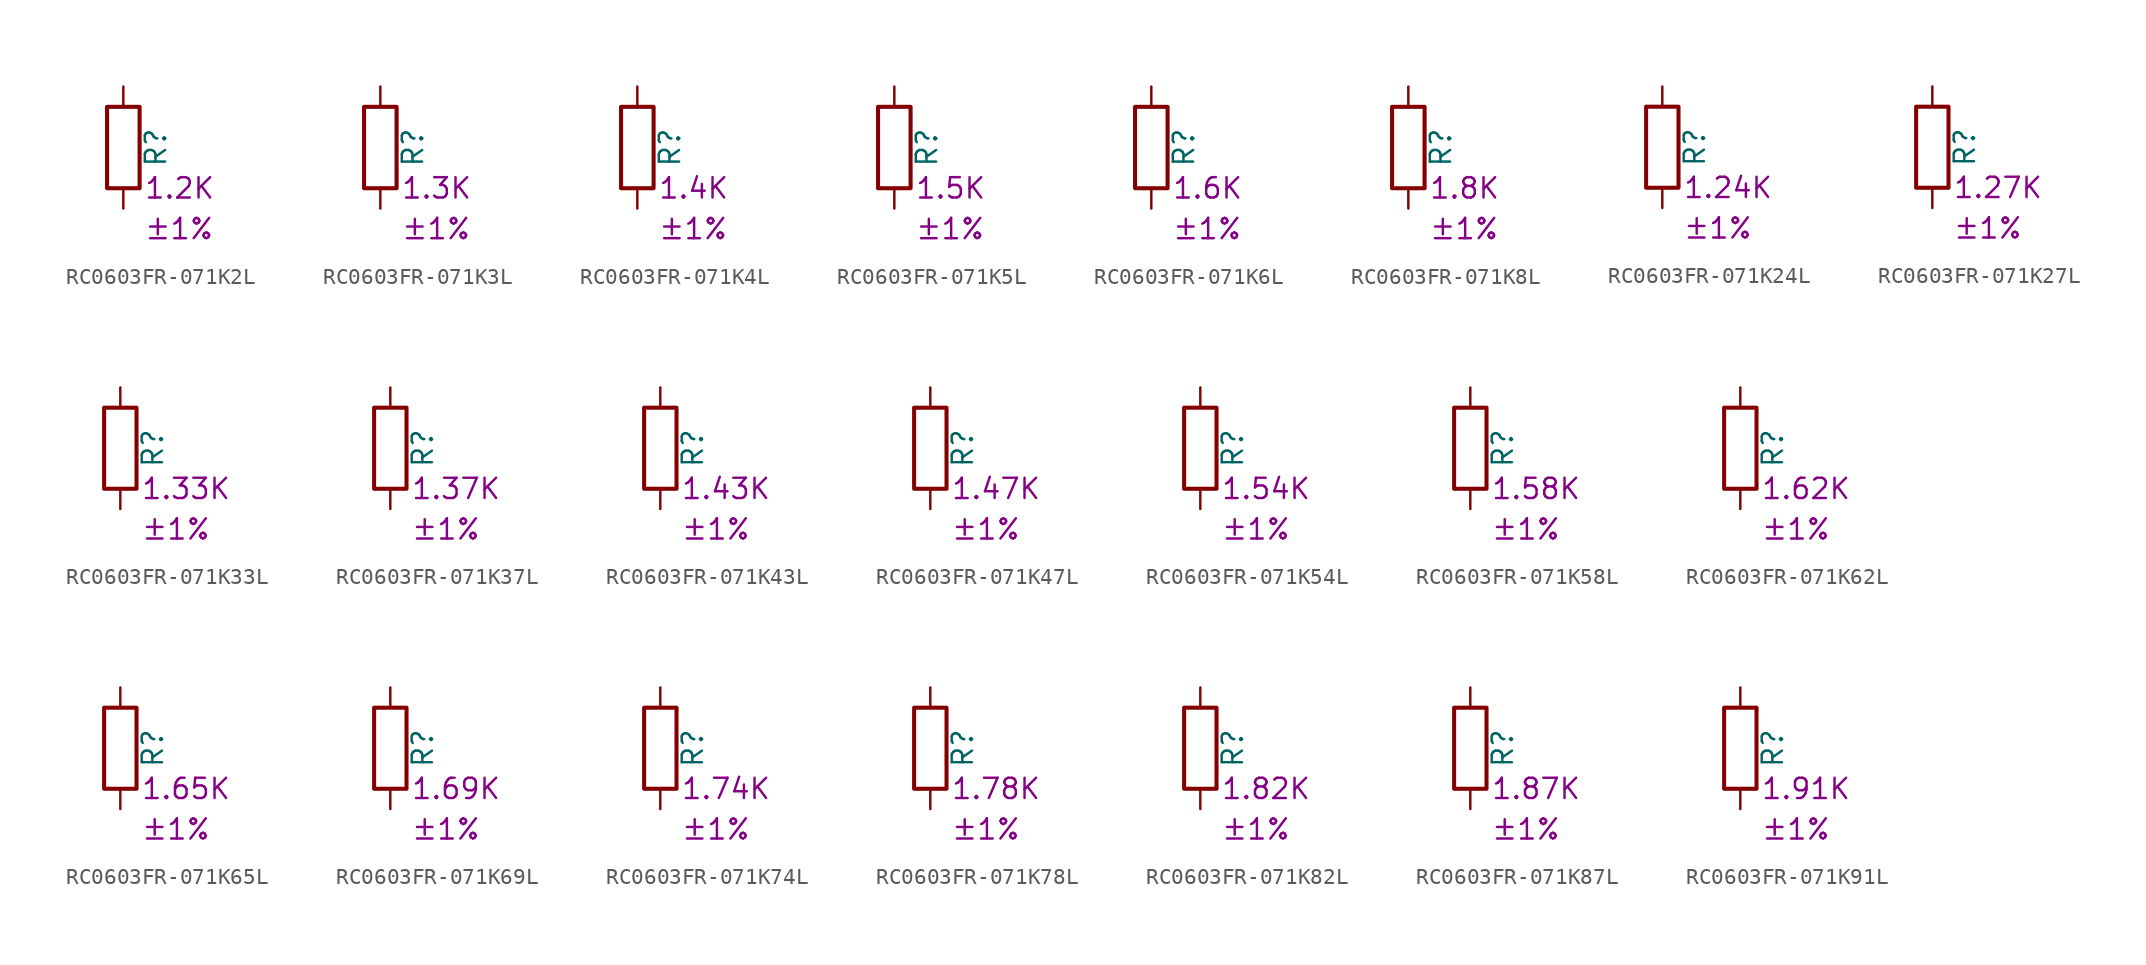
<source format=kicad_sym>
(kicad_symbol_lib
  (version 20220914)
  (generator kicad_symbol_editor)
  (symbol "RC0603FR-071K2L"
    (pin_numbers hide)
    (pin_names
      (offset 0))
    (property "Reference" "R"
      (at 2.032 0 90)
      (effects (font (size 1.27 1.27))))
    (property "Resistance" "1.2K"
      (at 1.27 -2.54 0)
      (effects (font (size 1.27 1.27)) (justify left)))
    (property "Tolerance" "±1%"
      (at 1.27 -5.08 0)
      (effects (font (size 1.27 1.27)) (justify left)))
    (symbol "RC0603FR-071K2L_0_1"
      (rectangle (start -1.016 -2.54) (end 1.016 2.54) (stroke (width 0.254) (type default)) (fill (type none))))
    (symbol "RC0603FR-071K2L_1_1"
      (pin passive line (at 0 3.81 270) (length 1.27) (name "~" (effects (font (size 1.27 1.27)))) (number "1" (effects (font (size 1.27 1.27)))))
      (pin passive line (at 0 -3.81 90) (length 1.27) (name "~" (effects (font (size 1.27 1.27)))) (number "2" (effects (font (size 1.27 1.27)))))))
  (symbol "RC0603FR-071K3L"
    (pin_numbers hide)
    (pin_names
      (offset 0))
    (property "Reference" "R"
      (at 2.032 0 90)
      (effects (font (size 1.27 1.27))))
    (property "Resistance" "1.3K"
      (at 1.27 -2.54 0)
      (effects (font (size 1.27 1.27)) (justify left)))
    (property "Tolerance" "±1%"
      (at 1.27 -5.08 0)
      (effects (font (size 1.27 1.27)) (justify left)))
    (symbol "RC0603FR-071K3L_0_1"
      (rectangle (start -1.016 -2.54) (end 1.016 2.54) (stroke (width 0.254) (type default)) (fill (type none))))
    (symbol "RC0603FR-071K3L_1_1"
      (pin passive line (at 0 3.81 270) (length 1.27) (name "~" (effects (font (size 1.27 1.27)))) (number "1" (effects (font (size 1.27 1.27)))))
      (pin passive line (at 0 -3.81 90) (length 1.27) (name "~" (effects (font (size 1.27 1.27)))) (number "2" (effects (font (size 1.27 1.27)))))))
  (symbol "RC0603FR-071K4L"
    (pin_numbers hide)
    (pin_names
      (offset 0))
    (property "Reference" "R"
      (at 2.032 0 90)
      (effects (font (size 1.27 1.27))))
    (property "Resistance" "1.4K"
      (at 1.27 -2.54 0)
      (effects (font (size 1.27 1.27)) (justify left)))
    (property "Tolerance" "±1%"
      (at 1.27 -5.08 0)
      (effects (font (size 1.27 1.27)) (justify left)))
    (symbol "RC0603FR-071K4L_0_1"
      (rectangle (start -1.016 -2.54) (end 1.016 2.54) (stroke (width 0.254) (type default)) (fill (type none))))
    (symbol "RC0603FR-071K4L_1_1"
      (pin passive line (at 0 3.81 270) (length 1.27) (name "~" (effects (font (size 1.27 1.27)))) (number "1" (effects (font (size 1.27 1.27)))))
      (pin passive line (at 0 -3.81 90) (length 1.27) (name "~" (effects (font (size 1.27 1.27)))) (number "2" (effects (font (size 1.27 1.27)))))))
  (symbol "RC0603FR-071K5L"
    (pin_numbers hide)
    (pin_names
      (offset 0))
    (property "Reference" "R"
      (at 2.032 0 90)
      (effects (font (size 1.27 1.27))))
    (property "Resistance" "1.5K"
      (at 1.27 -2.54 0)
      (effects (font (size 1.27 1.27)) (justify left)))
    (property "Tolerance" "±1%"
      (at 1.27 -5.08 0)
      (effects (font (size 1.27 1.27)) (justify left)))
    (symbol "RC0603FR-071K5L_0_1"
      (rectangle (start -1.016 -2.54) (end 1.016 2.54) (stroke (width 0.254) (type default)) (fill (type none))))
    (symbol "RC0603FR-071K5L_1_1"
      (pin passive line (at 0 3.81 270) (length 1.27) (name "~" (effects (font (size 1.27 1.27)))) (number "1" (effects (font (size 1.27 1.27)))))
      (pin passive line (at 0 -3.81 90) (length 1.27) (name "~" (effects (font (size 1.27 1.27)))) (number "2" (effects (font (size 1.27 1.27)))))))
  (symbol "RC0603FR-071K6L"
    (pin_numbers hide)
    (pin_names
      (offset 0))
    (property "Reference" "R"
      (at 2.032 0 90)
      (effects (font (size 1.27 1.27))))
    (property "Resistance" "1.6K"
      (at 1.27 -2.54 0)
      (effects (font (size 1.27 1.27)) (justify left)))
    (property "Tolerance" "±1%"
      (at 1.27 -5.08 0)
      (effects (font (size 1.27 1.27)) (justify left)))
    (symbol "RC0603FR-071K6L_0_1"
      (rectangle (start -1.016 -2.54) (end 1.016 2.54) (stroke (width 0.254) (type default)) (fill (type none))))
    (symbol "RC0603FR-071K6L_1_1"
      (pin passive line (at 0 3.81 270) (length 1.27) (name "~" (effects (font (size 1.27 1.27)))) (number "1" (effects (font (size 1.27 1.27)))))
      (pin passive line (at 0 -3.81 90) (length 1.27) (name "~" (effects (font (size 1.27 1.27)))) (number "2" (effects (font (size 1.27 1.27)))))))
  (symbol "RC0603FR-071K8L"
    (pin_numbers hide)
    (pin_names
      (offset 0))
    (property "Reference" "R"
      (at 2.032 0 90)
      (effects (font (size 1.27 1.27))))
    (property "Resistance" "1.8K"
      (at 1.27 -2.54 0)
      (effects (font (size 1.27 1.27)) (justify left)))
    (property "Tolerance" "±1%"
      (at 1.27 -5.08 0)
      (effects (font (size 1.27 1.27)) (justify left)))
    (symbol "RC0603FR-071K8L_0_1"
      (rectangle (start -1.016 -2.54) (end 1.016 2.54) (stroke (width 0.254) (type default)) (fill (type none))))
    (symbol "RC0603FR-071K8L_1_1"
      (pin passive line (at 0 3.81 270) (length 1.27) (name "~" (effects (font (size 1.27 1.27)))) (number "1" (effects (font (size 1.27 1.27)))))
      (pin passive line (at 0 -3.81 90) (length 1.27) (name "~" (effects (font (size 1.27 1.27)))) (number "2" (effects (font (size 1.27 1.27)))))))
  (symbol "RC0603FR-071K24L"
    (pin_numbers hide)
    (pin_names
      (offset 0))
    (property "Reference" "R"
      (at 2.032 0 90)
      (effects (font (size 1.27 1.27))))
    (property "Resistance" "1.24K"
      (at 1.27 -2.54 0)
      (effects (font (size 1.27 1.27)) (justify left)))
    (property "Tolerance" "±1%"
      (at 1.27 -5.08 0)
      (effects (font (size 1.27 1.27)) (justify left)))
    (symbol "RC0603FR-071K24L_0_1"
      (rectangle (start -1.016 -2.54) (end 1.016 2.54) (stroke (width 0.254) (type default)) (fill (type none))))
    (symbol "RC0603FR-071K24L_1_1"
      (pin passive line (at 0 3.81 270) (length 1.27) (name "~" (effects (font (size 1.27 1.27)))) (number "1" (effects (font (size 1.27 1.27)))))
      (pin passive line (at 0 -3.81 90) (length 1.27) (name "~" (effects (font (size 1.27 1.27)))) (number "2" (effects (font (size 1.27 1.27)))))))
  (symbol "RC0603FR-071K27L"
    (pin_numbers hide)
    (pin_names
      (offset 0))
    (property "Reference" "R"
      (at 2.032 0 90)
      (effects (font (size 1.27 1.27))))
    (property "Resistance" "1.27K"
      (at 1.27 -2.54 0)
      (effects (font (size 1.27 1.27)) (justify left)))
    (property "Tolerance" "±1%"
      (at 1.27 -5.08 0)
      (effects (font (size 1.27 1.27)) (justify left)))
    (symbol "RC0603FR-071K27L_0_1"
      (rectangle (start -1.016 -2.54) (end 1.016 2.54) (stroke (width 0.254) (type default)) (fill (type none))))
    (symbol "RC0603FR-071K27L_1_1"
      (pin passive line (at 0 3.81 270) (length 1.27) (name "~" (effects (font (size 1.27 1.27)))) (number "1" (effects (font (size 1.27 1.27)))))
      (pin passive line (at 0 -3.81 90) (length 1.27) (name "~" (effects (font (size 1.27 1.27)))) (number "2" (effects (font (size 1.27 1.27)))))))
  (symbol "RC0603FR-071K33L"
    (pin_numbers hide)
    (pin_names
      (offset 0))
    (property "Reference" "R"
      (at 2.032 0 90)
      (effects (font (size 1.27 1.27))))
    (property "Resistance" "1.33K"
      (at 1.27 -2.54 0)
      (effects (font (size 1.27 1.27)) (justify left)))
    (property "Tolerance" "±1%"
      (at 1.27 -5.08 0)
      (effects (font (size 1.27 1.27)) (justify left)))
    (symbol "RC0603FR-071K33L_0_1"
      (rectangle (start -1.016 -2.54) (end 1.016 2.54) (stroke (width 0.254) (type default)) (fill (type none))))
    (symbol "RC0603FR-071K33L_1_1"
      (pin passive line (at 0 3.81 270) (length 1.27) (name "~" (effects (font (size 1.27 1.27)))) (number "1" (effects (font (size 1.27 1.27)))))
      (pin passive line (at 0 -3.81 90) (length 1.27) (name "~" (effects (font (size 1.27 1.27)))) (number "2" (effects (font (size 1.27 1.27)))))))
  (symbol "RC0603FR-071K37L"
    (pin_numbers hide)
    (pin_names
      (offset 0))
    (property "Reference" "R"
      (at 2.032 0 90)
      (effects (font (size 1.27 1.27))))
    (property "Resistance" "1.37K"
      (at 1.27 -2.54 0)
      (effects (font (size 1.27 1.27)) (justify left)))
    (property "Tolerance" "±1%"
      (at 1.27 -5.08 0)
      (effects (font (size 1.27 1.27)) (justify left)))
    (symbol "RC0603FR-071K37L_0_1"
      (rectangle (start -1.016 -2.54) (end 1.016 2.54) (stroke (width 0.254) (type default)) (fill (type none))))
    (symbol "RC0603FR-071K37L_1_1"
      (pin passive line (at 0 3.81 270) (length 1.27) (name "~" (effects (font (size 1.27 1.27)))) (number "1" (effects (font (size 1.27 1.27)))))
      (pin passive line (at 0 -3.81 90) (length 1.27) (name "~" (effects (font (size 1.27 1.27)))) (number "2" (effects (font (size 1.27 1.27)))))))
  (symbol "RC0603FR-071K43L"
    (pin_numbers hide)
    (pin_names
      (offset 0))
    (property "Reference" "R"
      (at 2.032 0 90)
      (effects (font (size 1.27 1.27))))
    (property "Resistance" "1.43K"
      (at 1.27 -2.54 0)
      (effects (font (size 1.27 1.27)) (justify left)))
    (property "Tolerance" "±1%"
      (at 1.27 -5.08 0)
      (effects (font (size 1.27 1.27)) (justify left)))
    (symbol "RC0603FR-071K43L_0_1"
      (rectangle (start -1.016 -2.54) (end 1.016 2.54) (stroke (width 0.254) (type default)) (fill (type none))))
    (symbol "RC0603FR-071K43L_1_1"
      (pin passive line (at 0 3.81 270) (length 1.27) (name "~" (effects (font (size 1.27 1.27)))) (number "1" (effects (font (size 1.27 1.27)))))
      (pin passive line (at 0 -3.81 90) (length 1.27) (name "~" (effects (font (size 1.27 1.27)))) (number "2" (effects (font (size 1.27 1.27)))))))
  (symbol "RC0603FR-071K47L"
    (pin_numbers hide)
    (pin_names
      (offset 0))
    (property "Reference" "R"
      (at 2.032 0 90)
      (effects (font (size 1.27 1.27))))
    (property "Resistance" "1.47K"
      (at 1.27 -2.54 0)
      (effects (font (size 1.27 1.27)) (justify left)))
    (property "Tolerance" "±1%"
      (at 1.27 -5.08 0)
      (effects (font (size 1.27 1.27)) (justify left)))
    (symbol "RC0603FR-071K47L_0_1"
      (rectangle (start -1.016 -2.54) (end 1.016 2.54) (stroke (width 0.254) (type default)) (fill (type none))))
    (symbol "RC0603FR-071K47L_1_1"
      (pin passive line (at 0 3.81 270) (length 1.27) (name "~" (effects (font (size 1.27 1.27)))) (number "1" (effects (font (size 1.27 1.27)))))
      (pin passive line (at 0 -3.81 90) (length 1.27) (name "~" (effects (font (size 1.27 1.27)))) (number "2" (effects (font (size 1.27 1.27)))))))
  (symbol "RC0603FR-071K54L"
    (pin_numbers hide)
    (pin_names
      (offset 0))
    (property "Reference" "R"
      (at 2.032 0 90)
      (effects (font (size 1.27 1.27))))
    (property "Resistance" "1.54K"
      (at 1.27 -2.54 0)
      (effects (font (size 1.27 1.27)) (justify left)))
    (property "Tolerance" "±1%"
      (at 1.27 -5.08 0)
      (effects (font (size 1.27 1.27)) (justify left)))
    (symbol "RC0603FR-071K54L_0_1"
      (rectangle (start -1.016 -2.54) (end 1.016 2.54) (stroke (width 0.254) (type default)) (fill (type none))))
    (symbol "RC0603FR-071K54L_1_1"
      (pin passive line (at 0 3.81 270) (length 1.27) (name "~" (effects (font (size 1.27 1.27)))) (number "1" (effects (font (size 1.27 1.27)))))
      (pin passive line (at 0 -3.81 90) (length 1.27) (name "~" (effects (font (size 1.27 1.27)))) (number "2" (effects (font (size 1.27 1.27)))))))
  (symbol "RC0603FR-071K58L"
    (pin_numbers hide)
    (pin_names
      (offset 0))
    (property "Reference" "R"
      (at 2.032 0 90)
      (effects (font (size 1.27 1.27))))
    (property "Resistance" "1.58K"
      (at 1.27 -2.54 0)
      (effects (font (size 1.27 1.27)) (justify left)))
    (property "Tolerance" "±1%"
      (at 1.27 -5.08 0)
      (effects (font (size 1.27 1.27)) (justify left)))
    (symbol "RC0603FR-071K58L_0_1"
      (rectangle (start -1.016 -2.54) (end 1.016 2.54) (stroke (width 0.254) (type default)) (fill (type none))))
    (symbol "RC0603FR-071K58L_1_1"
      (pin passive line (at 0 3.81 270) (length 1.27) (name "~" (effects (font (size 1.27 1.27)))) (number "1" (effects (font (size 1.27 1.27)))))
      (pin passive line (at 0 -3.81 90) (length 1.27) (name "~" (effects (font (size 1.27 1.27)))) (number "2" (effects (font (size 1.27 1.27)))))))
  (symbol "RC0603FR-071K62L"
    (pin_numbers hide)
    (pin_names
      (offset 0))
    (property "Reference" "R"
      (at 2.032 0 90)
      (effects (font (size 1.27 1.27))))
    (property "Resistance" "1.62K"
      (at 1.27 -2.54 0)
      (effects (font (size 1.27 1.27)) (justify left)))
    (property "Tolerance" "±1%"
      (at 1.27 -5.08 0)
      (effects (font (size 1.27 1.27)) (justify left)))
    (symbol "RC0603FR-071K62L_0_1"
      (rectangle (start -1.016 -2.54) (end 1.016 2.54) (stroke (width 0.254) (type default)) (fill (type none))))
    (symbol "RC0603FR-071K62L_1_1"
      (pin passive line (at 0 3.81 270) (length 1.27) (name "~" (effects (font (size 1.27 1.27)))) (number "1" (effects (font (size 1.27 1.27)))))
      (pin passive line (at 0 -3.81 90) (length 1.27) (name "~" (effects (font (size 1.27 1.27)))) (number "2" (effects (font (size 1.27 1.27)))))))
  (symbol "RC0603FR-071K65L"
    (pin_numbers hide)
    (pin_names
      (offset 0))
    (property "Reference" "R"
      (at 2.032 0 90)
      (effects (font (size 1.27 1.27))))
    (property "Resistance" "1.65K"
      (at 1.27 -2.54 0)
      (effects (font (size 1.27 1.27)) (justify left)))
    (property "Tolerance" "±1%"
      (at 1.27 -5.08 0)
      (effects (font (size 1.27 1.27)) (justify left)))
    (symbol "RC0603FR-071K65L_0_1"
      (rectangle (start -1.016 -2.54) (end 1.016 2.54) (stroke (width 0.254) (type default)) (fill (type none))))
    (symbol "RC0603FR-071K65L_1_1"
      (pin passive line (at 0 3.81 270) (length 1.27) (name "~" (effects (font (size 1.27 1.27)))) (number "1" (effects (font (size 1.27 1.27)))))
      (pin passive line (at 0 -3.81 90) (length 1.27) (name "~" (effects (font (size 1.27 1.27)))) (number "2" (effects (font (size 1.27 1.27)))))))
  (symbol "RC0603FR-071K69L"
    (pin_numbers hide)
    (pin_names
      (offset 0))
    (property "Reference" "R"
      (at 2.032 0 90)
      (effects (font (size 1.27 1.27))))
    (property "Resistance" "1.69K"
      (at 1.27 -2.54 0)
      (effects (font (size 1.27 1.27)) (justify left)))
    (property "Tolerance" "±1%"
      (at 1.27 -5.08 0)
      (effects (font (size 1.27 1.27)) (justify left)))
    (symbol "RC0603FR-071K69L_0_1"
      (rectangle (start -1.016 -2.54) (end 1.016 2.54) (stroke (width 0.254) (type default)) (fill (type none))))
    (symbol "RC0603FR-071K69L_1_1"
      (pin passive line (at 0 3.81 270) (length 1.27) (name "~" (effects (font (size 1.27 1.27)))) (number "1" (effects (font (size 1.27 1.27)))))
      (pin passive line (at 0 -3.81 90) (length 1.27) (name "~" (effects (font (size 1.27 1.27)))) (number "2" (effects (font (size 1.27 1.27)))))))
  (symbol "RC0603FR-071K74L"
    (pin_numbers hide)
    (pin_names
      (offset 0))
    (property "Reference" "R"
      (at 2.032 0 90)
      (effects (font (size 1.27 1.27))))
    (property "Resistance" "1.74K"
      (at 1.27 -2.54 0)
      (effects (font (size 1.27 1.27)) (justify left)))
    (property "Tolerance" "±1%"
      (at 1.27 -5.08 0)
      (effects (font (size 1.27 1.27)) (justify left)))
    (symbol "RC0603FR-071K74L_0_1"
      (rectangle (start -1.016 -2.54) (end 1.016 2.54) (stroke (width 0.254) (type default)) (fill (type none))))
    (symbol "RC0603FR-071K74L_1_1"
      (pin passive line (at 0 3.81 270) (length 1.27) (name "~" (effects (font (size 1.27 1.27)))) (number "1" (effects (font (size 1.27 1.27)))))
      (pin passive line (at 0 -3.81 90) (length 1.27) (name "~" (effects (font (size 1.27 1.27)))) (number "2" (effects (font (size 1.27 1.27)))))))
  (symbol "RC0603FR-071K78L"
    (pin_numbers hide)
    (pin_names
      (offset 0))
    (property "Reference" "R"
      (at 2.032 0 90)
      (effects (font (size 1.27 1.27))))
    (property "Resistance" "1.78K"
      (at 1.27 -2.54 0)
      (effects (font (size 1.27 1.27)) (justify left)))
    (property "Tolerance" "±1%"
      (at 1.27 -5.08 0)
      (effects (font (size 1.27 1.27)) (justify left)))
    (symbol "RC0603FR-071K78L_0_1"
      (rectangle (start -1.016 -2.54) (end 1.016 2.54) (stroke (width 0.254) (type default)) (fill (type none))))
    (symbol "RC0603FR-071K78L_1_1"
      (pin passive line (at 0 3.81 270) (length 1.27) (name "~" (effects (font (size 1.27 1.27)))) (number "1" (effects (font (size 1.27 1.27)))))
      (pin passive line (at 0 -3.81 90) (length 1.27) (name "~" (effects (font (size 1.27 1.27)))) (number "2" (effects (font (size 1.27 1.27)))))))
  (symbol "RC0603FR-071K82L"
    (pin_numbers hide)
    (pin_names
      (offset 0))
    (property "Reference" "R"
      (at 2.032 0 90)
      (effects (font (size 1.27 1.27))))
    (property "Resistance" "1.82K"
      (at 1.27 -2.54 0)
      (effects (font (size 1.27 1.27)) (justify left)))
    (property "Tolerance" "±1%"
      (at 1.27 -5.08 0)
      (effects (font (size 1.27 1.27)) (justify left)))
    (symbol "RC0603FR-071K82L_0_1"
      (rectangle (start -1.016 -2.54) (end 1.016 2.54) (stroke (width 0.254) (type default)) (fill (type none))))
    (symbol "RC0603FR-071K82L_1_1"
      (pin passive line (at 0 3.81 270) (length 1.27) (name "~" (effects (font (size 1.27 1.27)))) (number "1" (effects (font (size 1.27 1.27)))))
      (pin passive line (at 0 -3.81 90) (length 1.27) (name "~" (effects (font (size 1.27 1.27)))) (number "2" (effects (font (size 1.27 1.27)))))))
  (symbol "RC0603FR-071K87L"
    (pin_numbers hide)
    (pin_names
      (offset 0))
    (property "Reference" "R"
      (at 2.032 0 90)
      (effects (font (size 1.27 1.27))))
    (property "Resistance" "1.87K"
      (at 1.27 -2.54 0)
      (effects (font (size 1.27 1.27)) (justify left)))
    (property "Tolerance" "±1%"
      (at 1.27 -5.08 0)
      (effects (font (size 1.27 1.27)) (justify left)))
    (symbol "RC0603FR-071K87L_0_1"
      (rectangle (start -1.016 -2.54) (end 1.016 2.54) (stroke (width 0.254) (type default)) (fill (type none))))
    (symbol "RC0603FR-071K87L_1_1"
      (pin passive line (at 0 3.81 270) (length 1.27) (name "~" (effects (font (size 1.27 1.27)))) (number "1" (effects (font (size 1.27 1.27)))))
      (pin passive line (at 0 -3.81 90) (length 1.27) (name "~" (effects (font (size 1.27 1.27)))) (number "2" (effects (font (size 1.27 1.27)))))))
  (symbol "RC0603FR-071K91L"
    (pin_numbers hide)
    (pin_names
      (offset 0))
    (property "Reference" "R"
      (at 2.032 0 90)
      (effects (font (size 1.27 1.27))))
    (property "Resistance" "1.91K"
      (at 1.27 -2.54 0)
      (effects (font (size 1.27 1.27)) (justify left)))
    (property "Tolerance" "±1%"
      (at 1.27 -5.08 0)
      (effects (font (size 1.27 1.27)) (justify left)))
    (symbol "RC0603FR-071K91L_0_1"
      (rectangle (start -1.016 -2.54) (end 1.016 2.54) (stroke (width 0.254) (type default)) (fill (type none))))
    (symbol "RC0603FR-071K91L_1_1"
      (pin passive line (at 0 3.81 270) (length 1.27) (name "~" (effects (font (size 1.27 1.27)))) (number "1" (effects (font (size 1.27 1.27)))))
      (pin passive line (at 0 -3.81 90) (length 1.27) (name "~" (effects (font (size 1.27 1.27)))) (number "2" (effects (font (size 1.27 1.27))))))))
</source>
